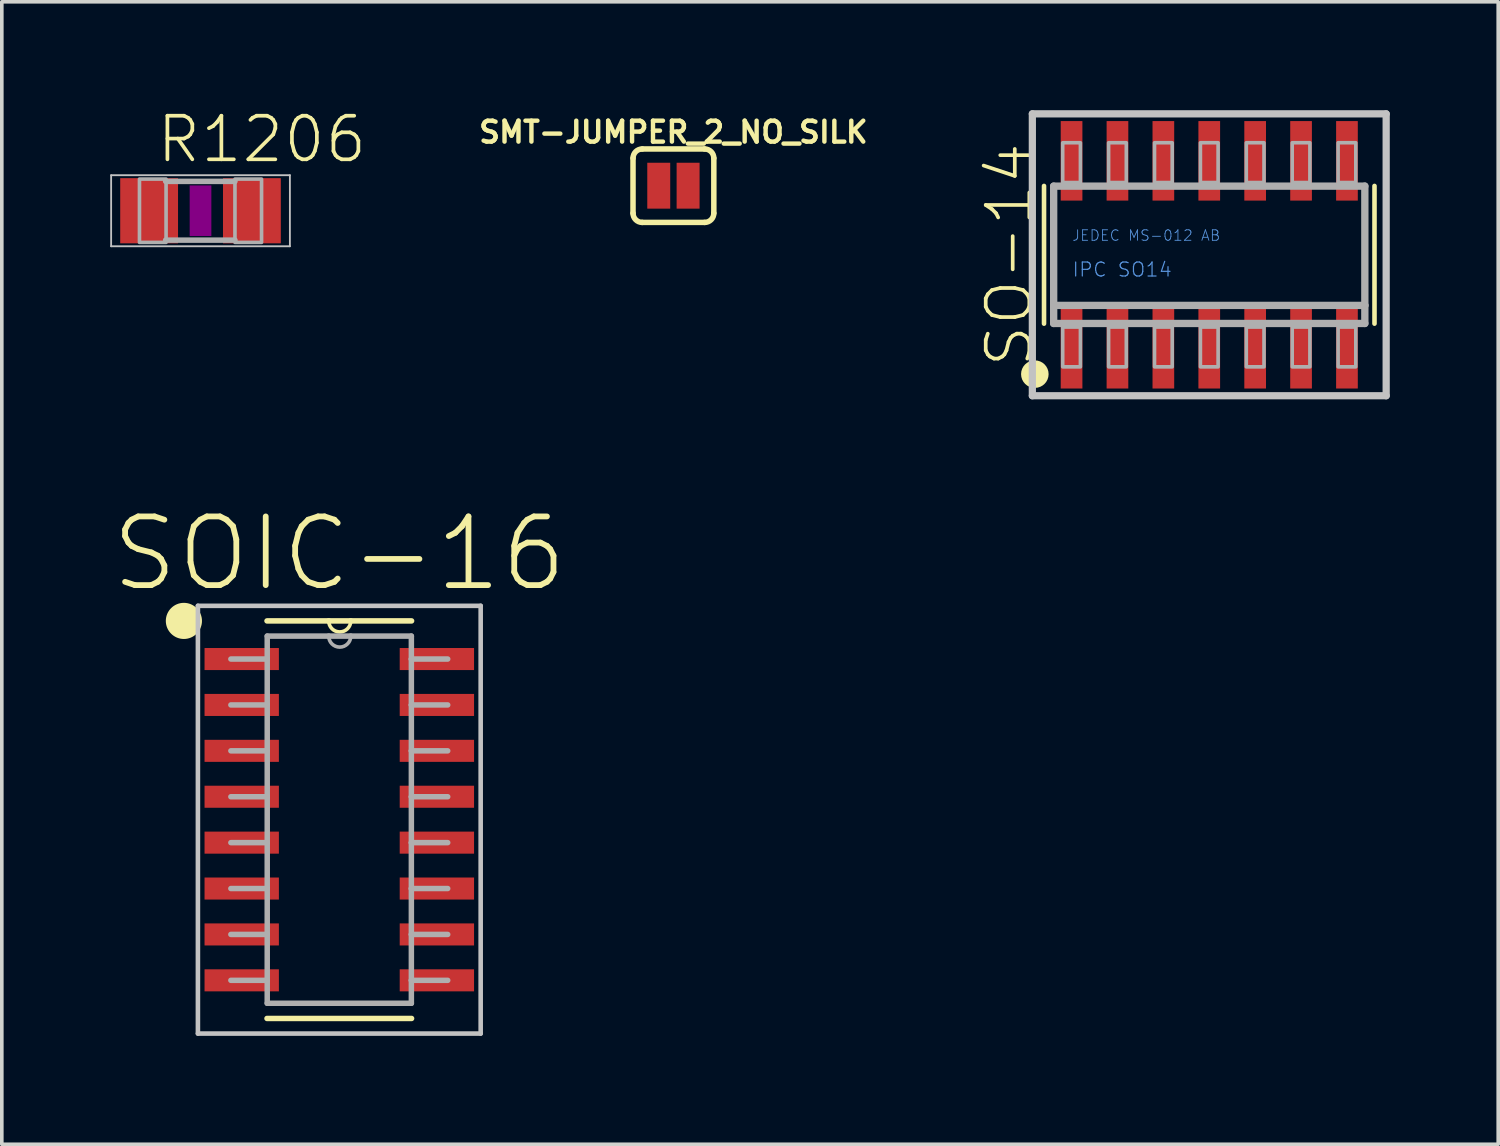
<source format=kicad_pcb>
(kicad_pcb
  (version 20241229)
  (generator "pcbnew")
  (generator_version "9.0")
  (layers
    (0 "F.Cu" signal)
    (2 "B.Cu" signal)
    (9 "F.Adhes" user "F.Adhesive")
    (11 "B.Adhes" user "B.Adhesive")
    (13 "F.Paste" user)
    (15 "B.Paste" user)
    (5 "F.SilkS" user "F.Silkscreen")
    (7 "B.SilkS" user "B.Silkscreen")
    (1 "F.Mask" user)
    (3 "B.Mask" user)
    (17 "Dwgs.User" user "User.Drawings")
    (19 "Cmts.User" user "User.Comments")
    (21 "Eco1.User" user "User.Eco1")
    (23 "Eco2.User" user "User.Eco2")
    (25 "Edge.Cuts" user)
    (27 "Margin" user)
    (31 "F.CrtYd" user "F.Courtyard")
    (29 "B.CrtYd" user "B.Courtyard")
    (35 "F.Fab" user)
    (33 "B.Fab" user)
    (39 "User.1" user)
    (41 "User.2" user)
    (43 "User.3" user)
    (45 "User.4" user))
  (footprint "SO-14"
    (layer "F.Cu")
    (at 30.409 4)
    (property "Reference" "SO-14" (at -4.826 0 90) (layer "F.SilkS") (effects (font (size 1.206 1.206) (thickness 0.102)) (justify bottom)))
    (attr through_hole)
    (fp_line (start -4.572 -1.905) (end -4.572 1.905) (stroke (width 0.127) (type solid)) (layer "F.SilkS"))
    (fp_line (start 4.572 -1.905) (end 4.572 1.905) (stroke (width 0.127) (type solid)) (layer "F.SilkS"))
    (fp_circle (center -4.826 3.302) (end -4.445 3.302) (stroke (width 0) (type solid)) (fill yes) (layer "F.SilkS"))
    (fp_line (start -4.895 -3.9) (end 4.895 -3.9) (stroke (width 0.2) (type solid)) (layer "Dwgs.User"))
    (fp_line (start -4.895 3.9) (end -4.895 -3.9) (stroke (width 0.2) (type solid)) (layer "Dwgs.User"))
    (fp_line (start 4.895 -3.9) (end 4.895 3.9) (stroke (width 0.2) (type solid)) (layer "Dwgs.User"))
    (fp_line (start 4.895 3.9) (end -4.895 3.9) (stroke (width 0.2) (type solid)) (layer "Dwgs.User"))
    (fp_line (start -4.305 -1.9) (end 4.305 -1.9) (stroke (width 0.203) (type solid)) (layer "F.Fab"))
    (fp_line (start -4.305 1.4) (end -4.305 -1.9) (stroke (width 0.203) (type solid)) (layer "F.Fab"))
    (fp_line (start -4.305 1.9) (end -4.305 1.4) (stroke (width 0.203) (type solid)) (layer "F.Fab"))
    (fp_line (start 4.305 -1.9) (end 4.305 1.4) (stroke (width 0.203) (type solid)) (layer "F.Fab"))
    (fp_line (start 4.305 1.4) (end -4.305 1.4) (stroke (width 0.203) (type solid)) (layer "F.Fab"))
    (fp_line (start 4.305 1.4) (end 4.305 1.9) (stroke (width 0.203) (type solid)) (layer "F.Fab"))
    (fp_line (start 4.305 1.9) (end -4.305 1.9) (stroke (width 0.203) (type solid)) (layer "F.Fab"))
    (fp_poly (pts (xy -4.055 -2) (xy -3.565 -2) (xy -3.565 -3.1) (xy -4.055 -3.1)) (stroke (width 0.1) (type solid)) (fill no) (layer "F.Fab"))
    (fp_poly (pts (xy -4.055 3.1) (xy -3.565 3.1) (xy -3.565 2) (xy -4.055 2)) (stroke (width 0.1) (type solid)) (fill no) (layer "F.Fab"))
    (fp_poly (pts (xy -2.785 -2) (xy -2.295 -2) (xy -2.295 -3.1) (xy -2.785 -3.1)) (stroke (width 0.1) (type solid)) (fill no) (layer "F.Fab"))
    (fp_poly (pts (xy -2.785 3.1) (xy -2.295 3.1) (xy -2.295 2) (xy -2.785 2)) (stroke (width 0.1) (type solid)) (fill no) (layer "F.Fab"))
    (fp_poly (pts (xy -1.515 -2) (xy -1.025 -2) (xy -1.025 -3.1) (xy -1.515 -3.1)) (stroke (width 0.1) (type solid)) (fill no) (layer "F.Fab"))
    (fp_poly (pts (xy -1.515 3.1) (xy -1.025 3.1) (xy -1.025 2) (xy -1.515 2)) (stroke (width 0.1) (type solid)) (fill no) (layer "F.Fab"))
    (fp_poly (pts (xy -0.245 -2) (xy 0.245 -2) (xy 0.245 -3.1) (xy -0.245 -3.1)) (stroke (width 0.1) (type solid)) (fill no) (layer "F.Fab"))
    (fp_poly (pts (xy -0.245 3.1) (xy 0.245 3.1) (xy 0.245 2) (xy -0.245 2)) (stroke (width 0.1) (type solid)) (fill no) (layer "F.Fab"))
    (fp_poly (pts (xy 1.025 -2) (xy 1.515 -2) (xy 1.515 -3.1) (xy 1.025 -3.1)) (stroke (width 0.1) (type solid)) (fill no) (layer "F.Fab"))
    (fp_poly (pts (xy 1.025 3.1) (xy 1.515 3.1) (xy 1.515 2) (xy 1.025 2)) (stroke (width 0.1) (type solid)) (fill no) (layer "F.Fab"))
    (fp_poly (pts (xy 2.295 -2) (xy 2.785 -2) (xy 2.785 -3.1) (xy 2.295 -3.1)) (stroke (width 0.1) (type solid)) (fill no) (layer "F.Fab"))
    (fp_poly (pts (xy 2.295 3.1) (xy 2.785 3.1) (xy 2.785 2) (xy 2.295 2)) (stroke (width 0.1) (type solid)) (fill no) (layer "F.Fab"))
    (fp_poly (pts (xy 3.565 -2) (xy 4.055 -2) (xy 4.055 -3.1) (xy 3.565 -3.1)) (stroke (width 0.1) (type solid)) (fill no) (layer "F.Fab"))
    (fp_poly (pts (xy 3.565 3.1) (xy 4.055 3.1) (xy 4.055 2) (xy 3.565 2)) (stroke (width 0.1) (type solid)) (fill no) (layer "F.Fab"))
    (fp_text user "IPC SO14" (at -3.81 0.635 0) (layer "Cmts.User") (effects (font (size 0.386 0.386) (thickness 0.033)) (justify left bottom)))
    (fp_text user "JEDEC MS-012 AB" (at -3.81 -0.365 0) (layer "Cmts.User") (effects (font (size 0.29 0.29) (thickness 0.024)) (justify left bottom)))
    (pad "1" smd rect (at -3.81 2.6) (size 0.6 2.2) (layers "F.Cu" "F.Mask" "F.Paste"))
    (pad "2" smd rect (at -2.54 2.6) (size 0.6 2.2) (layers "F.Cu" "F.Mask" "F.Paste"))
    (pad "3" smd rect (at -1.27 2.6) (size 0.6 2.2) (layers "F.Cu" "F.Mask" "F.Paste"))
    (pad "4" smd rect (at 0 2.6) (size 0.6 2.2) (layers "F.Cu" "F.Mask" "F.Paste"))
    (pad "5" smd rect (at 1.27 2.6) (size 0.6 2.2) (layers "F.Cu" "F.Mask" "F.Paste"))
    (pad "6" smd rect (at 2.54 2.6) (size 0.6 2.2) (layers "F.Cu" "F.Mask" "F.Paste"))
    (pad "7" smd rect (at 3.81 2.6) (size 0.6 2.2) (layers "F.Cu" "F.Mask" "F.Paste"))
    (pad "8" smd rect (at 3.81 -2.6) (size 0.6 2.2) (layers "F.Cu" "F.Mask" "F.Paste"))
    (pad "9" smd rect (at 2.54 -2.6) (size 0.6 2.2) (layers "F.Cu" "F.Mask" "F.Paste"))
    (pad "10" smd rect (at 1.27 -2.6) (size 0.6 2.2) (layers "F.Cu" "F.Mask" "F.Paste"))
    (pad "11" smd rect (at 0 -2.6) (size 0.6 2.2) (layers "F.Cu" "F.Mask" "F.Paste"))
    (pad "12" smd rect (at -1.27 -2.6) (size 0.6 2.2) (layers "F.Cu" "F.Mask" "F.Paste"))
    (pad "13" smd rect (at -2.54 -2.6) (size 0.6 2.2) (layers "F.Cu" "F.Mask" "F.Paste"))
    (pad "14" smd rect (at -3.81 -2.6) (size 0.6 2.2) (layers "F.Cu" "F.Mask" "F.Paste")))
  (footprint "SMT-JUMPER_2_NO_SILK"
    (layer "F.Cu")
    (at 15.583 2.088)
    (property "Reference" "SMT-JUMPER_2_NO_SILK" (at 0 -1.143 0) (layer "F.SilkS") (effects (font (size 0.579 0.579) (thickness 0.122)) (justify bottom)))
    (attr through_hole)
    (fp_line (start -1.118 0.762) (end -1.118 -0.762) (stroke (width 0.152) (type solid)) (layer "F.SilkS"))
    (fp_line (start -0.864 -1.016) (end 0.864 -1.016) (stroke (width 0.152) (type solid)) (layer "F.SilkS"))
    (fp_line (start 0.864 1.016) (end -0.864 1.016) (stroke (width 0.152) (type solid)) (layer "F.SilkS"))
    (fp_line (start 1.118 0.762) (end 1.118 -0.762) (stroke (width 0.152) (type solid)) (layer "F.SilkS"))
    (fp_arc (start -1.1176 -0.762) (mid -1.043205 -0.941605) (end -0.8636 -1.016) (stroke (width 0.1524) (type solid)) (layer "F.SilkS"))
    (fp_arc (start -0.8636 1.016) (mid -1.043205 0.941605) (end -1.1176 0.762) (stroke (width 0.1524) (type solid)) (layer "F.SilkS"))
    (fp_arc (start 0.8636 -1.016) (mid 1.043205 -0.941605) (end 1.1176 -0.762) (stroke (width 0.1524) (type solid)) (layer "F.SilkS"))
    (fp_arc (start 1.1176 0.762) (mid 1.043205 0.941605) (end 0.8636 1.016) (stroke (width 0.1524) (type solid)) (layer "F.SilkS"))
    (pad "1" smd rect (at -0.406 0) (size 0.635 1.27) (layers "F.Cu" "F.Mask" "F.Paste"))
    (pad "2" smd rect (at 0.406 0) (size 0.635 1.27) (layers "F.Cu" "F.Mask" "F.Paste")))
  (footprint "SOIC-16"
    (layer "F.Cu")
    (at 6.338 19.63)
    (property "Reference" "SOIC-16" (at 0 -6.25 0) (layer "F.SilkS") (effects (font (size 1.9 1.9) (thickness 0.16)) (justify bottom)))
    (attr through_hole)
    (fp_line (start -2 5.5) (end 2 5.5) (stroke (width 0.152) (type solid)) (layer "F.SilkS"))
    (fp_line (start -0.292 -5.5) (end -2 -5.5) (stroke (width 0.152) (type solid)) (layer "F.SilkS"))
    (fp_line (start 0.317 -5.5) (end -0.292 -5.5) (stroke (width 0.152) (type solid)) (layer "F.SilkS"))
    (fp_line (start 2 -5.5) (end 0.317 -5.5) (stroke (width 0.152) (type solid)) (layer "F.SilkS"))
    (fp_arc (start 0.3172 -5.5) (mid 0.0124 -5.1952) (end -0.2924 -5.5) (stroke (width 0.1) (type solid)) (layer "F.SilkS"))
    (fp_circle (center -4.3 -5.5) (end -3.8 -5.5) (stroke (width 0) (type solid)) (fill yes) (layer "F.SilkS"))
    (fp_line (start -3.912 -5.918) (end 3.912 -5.918) (stroke (width 0.127) (type solid)) (layer "Dwgs.User"))
    (fp_line (start -3.912 5.918) (end -3.912 -5.918) (stroke (width 0.127) (type solid)) (layer "Dwgs.User"))
    (fp_line (start 3.912 -5.918) (end 3.912 5.918) (stroke (width 0.127) (type solid)) (layer "Dwgs.User"))
    (fp_line (start 3.912 5.918) (end -3.912 5.918) (stroke (width 0.127) (type solid)) (layer "Dwgs.User"))
    (fp_line (start -3 -4.445) (end -1.994 -4.445) (stroke (width 0.152) (type solid)) (layer "F.Fab"))
    (fp_line (start -3 -3.175) (end -1.994 -3.175) (stroke (width 0.152) (type solid)) (layer "F.Fab"))
    (fp_line (start -3 -1.905) (end -1.994 -1.905) (stroke (width 0.152) (type solid)) (layer "F.Fab"))
    (fp_line (start -3 -0.635) (end -1.994 -0.635) (stroke (width 0.152) (type solid)) (layer "F.Fab"))
    (fp_line (start -3 0.635) (end -1.994 0.635) (stroke (width 0.152) (type solid)) (layer "F.Fab"))
    (fp_line (start -3 1.905) (end -1.994 1.905) (stroke (width 0.152) (type solid)) (layer "F.Fab"))
    (fp_line (start -3 3.175) (end -1.994 3.175) (stroke (width 0.152) (type solid)) (layer "F.Fab"))
    (fp_line (start -3 4.445) (end -1.994 4.445) (stroke (width 0.152) (type solid)) (layer "F.Fab"))
    (fp_line (start -1.994 -5.08) (end -1.994 -4.445) (stroke (width 0.152) (type solid)) (layer "F.Fab"))
    (fp_line (start -1.994 -4.445) (end -1.994 -3.175) (stroke (width 0.152) (type solid)) (layer "F.Fab"))
    (fp_line (start -1.994 -3.175) (end -1.994 -1.905) (stroke (width 0.152) (type solid)) (layer "F.Fab"))
    (fp_line (start -1.994 -1.905) (end -1.994 -0.635) (stroke (width 0.152) (type solid)) (layer "F.Fab"))
    (fp_line (start -1.994 -0.635) (end -1.994 0.635) (stroke (width 0.152) (type solid)) (layer "F.Fab"))
    (fp_line (start -1.994 0.635) (end -1.994 1.905) (stroke (width 0.152) (type solid)) (layer "F.Fab"))
    (fp_line (start -1.994 1.905) (end -1.994 3.175) (stroke (width 0.152) (type solid)) (layer "F.Fab"))
    (fp_line (start -1.994 3.175) (end -1.994 4.445) (stroke (width 0.152) (type solid)) (layer "F.Fab"))
    (fp_line (start -1.994 4.445) (end -1.994 5.08) (stroke (width 0.152) (type solid)) (layer "F.Fab"))
    (fp_line (start -1.994 5.08) (end 1.994 5.08) (stroke (width 0.152) (type solid)) (layer "F.Fab"))
    (fp_line (start -0.292 -5.08) (end -1.994 -5.08) (stroke (width 0.152) (type solid)) (layer "F.Fab"))
    (fp_line (start 0.317 -5.08) (end -0.292 -5.08) (stroke (width 0.152) (type solid)) (layer "F.Fab"))
    (fp_line (start 1.994 -5.08) (end 0.317 -5.08) (stroke (width 0.152) (type solid)) (layer "F.Fab"))
    (fp_line (start 1.994 -4.445) (end 1.994 -5.08) (stroke (width 0.152) (type solid)) (layer "F.Fab"))
    (fp_line (start 1.994 -3.175) (end 1.994 -4.445) (stroke (width 0.152) (type solid)) (layer "F.Fab"))
    (fp_line (start 1.994 -1.905) (end 1.994 -3.175) (stroke (width 0.152) (type solid)) (layer "F.Fab"))
    (fp_line (start 1.994 -0.635) (end 1.994 -1.905) (stroke (width 0.152) (type solid)) (layer "F.Fab"))
    (fp_line (start 1.994 0.635) (end 1.994 -0.635) (stroke (width 0.152) (type solid)) (layer "F.Fab"))
    (fp_line (start 1.994 1.905) (end 1.994 0.635) (stroke (width 0.152) (type solid)) (layer "F.Fab"))
    (fp_line (start 1.994 3.175) (end 1.994 1.905) (stroke (width 0.152) (type solid)) (layer "F.Fab"))
    (fp_line (start 1.994 4.445) (end 1.994 3.175) (stroke (width 0.152) (type solid)) (layer "F.Fab"))
    (fp_line (start 1.994 5.08) (end 1.994 4.445) (stroke (width 0.152) (type solid)) (layer "F.Fab"))
    (fp_line (start 3 -4.445) (end 1.994 -4.445) (stroke (width 0.152) (type solid)) (layer "F.Fab"))
    (fp_line (start 3 -3.175) (end 1.994 -3.175) (stroke (width 0.152) (type solid)) (layer "F.Fab"))
    (fp_line (start 3 -1.905) (end 1.994 -1.905) (stroke (width 0.152) (type solid)) (layer "F.Fab"))
    (fp_line (start 3 -0.635) (end 1.994 -0.635) (stroke (width 0.152) (type solid)) (layer "F.Fab"))
    (fp_line (start 3 0.635) (end 1.994 0.635) (stroke (width 0.152) (type solid)) (layer "F.Fab"))
    (fp_line (start 3 1.905) (end 1.994 1.905) (stroke (width 0.152) (type solid)) (layer "F.Fab"))
    (fp_line (start 3 3.175) (end 1.994 3.175) (stroke (width 0.152) (type solid)) (layer "F.Fab"))
    (fp_line (start 3 4.445) (end 1.994 4.445) (stroke (width 0.152) (type solid)) (layer "F.Fab"))
    (fp_arc (start 0.3172 -5.08) (mid 0.0124 -4.7752) (end -0.2924 -5.08) (stroke (width 0.1) (type solid)) (layer "F.Fab"))
    (pad "1" smd rect (at -2.7 -4.445) (size 2.057 0.61) (layers "F.Cu" "F.Mask" "F.Paste"))
    (pad "2" smd rect (at -2.7 -3.175) (size 2.057 0.61) (layers "F.Cu" "F.Mask" "F.Paste"))
    (pad "3" smd rect (at -2.7 -1.905) (size 2.057 0.61) (layers "F.Cu" "F.Mask" "F.Paste"))
    (pad "4" smd rect (at -2.7 -0.635) (size 2.057 0.61) (layers "F.Cu" "F.Mask" "F.Paste"))
    (pad "5" smd rect (at -2.7 0.635) (size 2.057 0.61) (layers "F.Cu" "F.Mask" "F.Paste"))
    (pad "6" smd rect (at -2.7 1.905) (size 2.057 0.61) (layers "F.Cu" "F.Mask" "F.Paste"))
    (pad "7" smd rect (at -2.7 3.175) (size 2.057 0.61) (layers "F.Cu" "F.Mask" "F.Paste"))
    (pad "8" smd rect (at -2.7 4.445) (size 2.057 0.61) (layers "F.Cu" "F.Mask" "F.Paste"))
    (pad "9" smd rect (at 2.7 4.445) (size 2.057 0.61) (layers "F.Cu" "F.Mask" "F.Paste"))
    (pad "10" smd rect (at 2.7 3.175) (size 2.057 0.61) (layers "F.Cu" "F.Mask" "F.Paste"))
    (pad "11" smd rect (at 2.7 1.905) (size 2.057 0.61) (layers "F.Cu" "F.Mask" "F.Paste"))
    (pad "12" smd rect (at 2.7 0.635) (size 2.057 0.61) (layers "F.Cu" "F.Mask" "F.Paste"))
    (pad "13" smd rect (at 2.7 -0.635) (size 2.057 0.61) (layers "F.Cu" "F.Mask" "F.Paste"))
    (pad "14" smd rect (at 2.7 -1.905) (size 2.057 0.61) (layers "F.Cu" "F.Mask" "F.Paste"))
    (pad "15" smd rect (at 2.7 -3.175) (size 2.057 0.61) (layers "F.Cu" "F.Mask" "F.Paste"))
    (pad "16" smd rect (at 2.7 -4.445) (size 2.057 0.61) (layers "F.Cu" "F.Mask" "F.Paste")))
  (footprint "R1206"
    (layer "F.Cu")
    (at 2.498 2.781)
    (property "Reference" "R1206" (at -1.27 -1.27 0) (layer "F.SilkS") (effects (font (size 1.206 1.206) (thickness 0.102)) (justify left bottom)))
    (attr through_hole)
    (fp_poly (pts (xy -0.3 0.7) (xy 0.3 0.7) (xy 0.3 -0.7) (xy -0.3 -0.7)) (stroke (width 0) (type solid)) (fill yes) (layer "F.Adhes"))
    (fp_line (start -2.473 -0.983) (end 2.473 -0.983) (stroke (width 0.051) (type solid)) (layer "Dwgs.User"))
    (fp_line (start -2.473 0.983) (end -2.473 -0.983) (stroke (width 0.051) (type solid)) (layer "Dwgs.User"))
    (fp_line (start 2.473 -0.983) (end 2.473 0.983) (stroke (width 0.051) (type solid)) (layer "Dwgs.User"))
    (fp_line (start 2.473 0.983) (end -2.473 0.983) (stroke (width 0.051) (type solid)) (layer "Dwgs.User"))
    (fp_line (start 0.953 -0.813) (end -0.965 -0.813) (stroke (width 0.152) (type solid)) (layer "F.Fab"))
    (fp_line (start 0.953 0.813) (end -0.965 0.813) (stroke (width 0.152) (type solid)) (layer "F.Fab"))
    (fp_poly (pts (xy -1.689 0.876) (xy -0.953 0.876) (xy -0.953 -0.876) (xy -1.689 -0.876)) (stroke (width 0.1) (type solid)) (fill no) (layer "F.Fab"))
    (fp_poly (pts (xy 0.953 0.876) (xy 1.689 0.876) (xy 1.689 -0.876) (xy 0.953 -0.876)) (stroke (width 0.1) (type solid)) (fill no) (layer "F.Fab"))
    (pad "1" smd rect (at -1.422 0) (size 1.6 1.803) (layers "F.Cu" "F.Mask" "F.Paste"))
    (pad "2" smd rect (at 1.422 0) (size 1.6 1.803) (layers "F.Cu" "F.Mask" "F.Paste")))
  (gr_rect
    (start -3 -3)
    (end 38.404 28.611)
    (stroke (width 0.1) (type default))
    (fill no)
    (layer "Edge.Cuts")))
</source>
